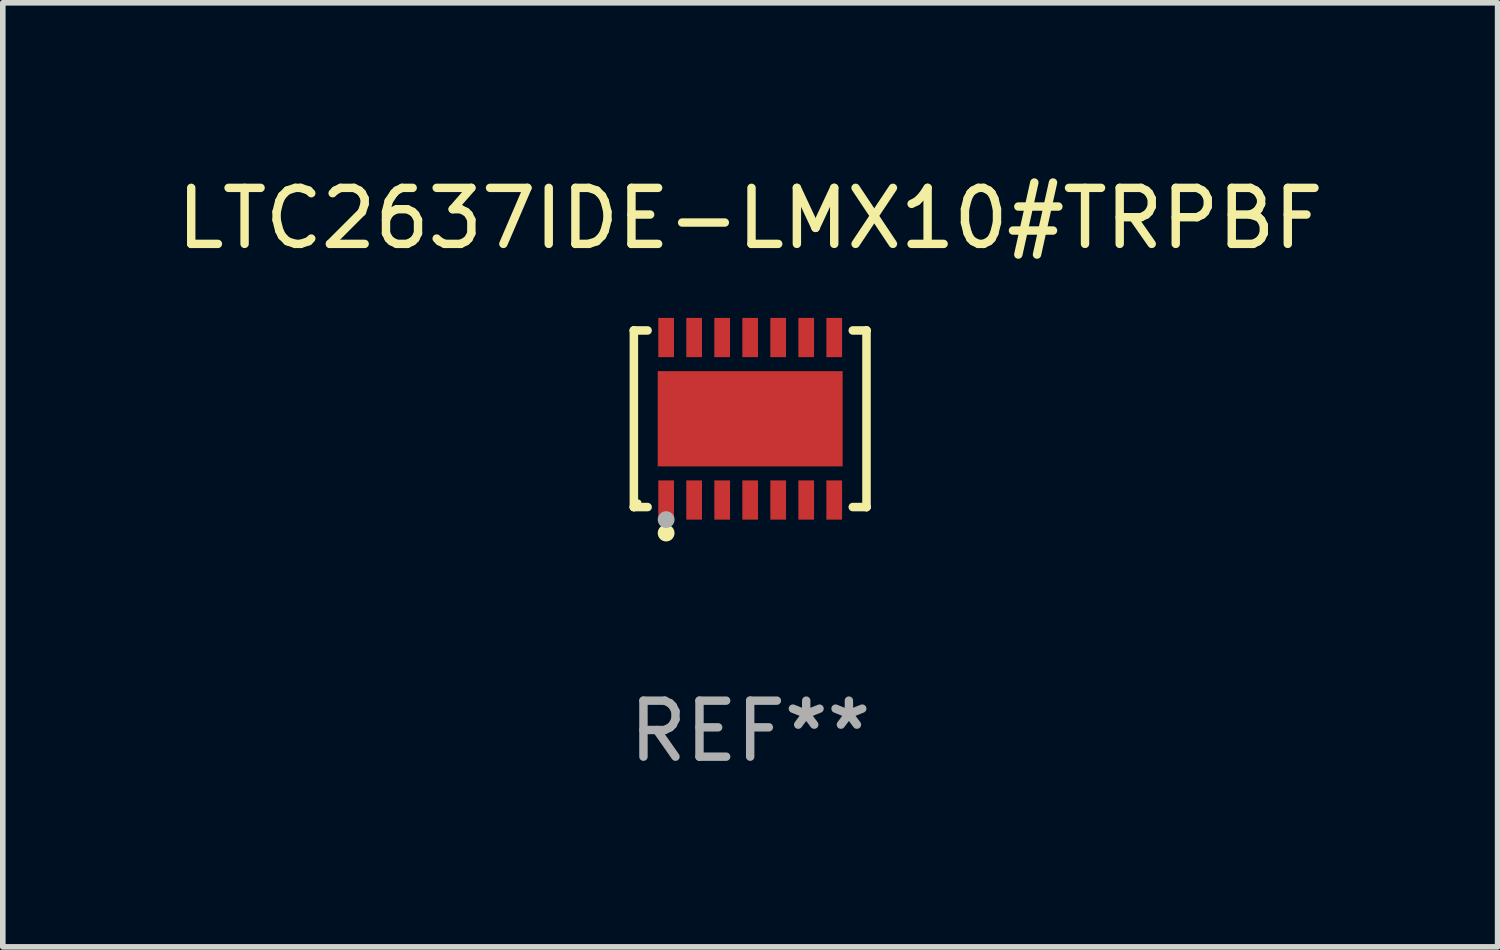
<source format=kicad_pcb>
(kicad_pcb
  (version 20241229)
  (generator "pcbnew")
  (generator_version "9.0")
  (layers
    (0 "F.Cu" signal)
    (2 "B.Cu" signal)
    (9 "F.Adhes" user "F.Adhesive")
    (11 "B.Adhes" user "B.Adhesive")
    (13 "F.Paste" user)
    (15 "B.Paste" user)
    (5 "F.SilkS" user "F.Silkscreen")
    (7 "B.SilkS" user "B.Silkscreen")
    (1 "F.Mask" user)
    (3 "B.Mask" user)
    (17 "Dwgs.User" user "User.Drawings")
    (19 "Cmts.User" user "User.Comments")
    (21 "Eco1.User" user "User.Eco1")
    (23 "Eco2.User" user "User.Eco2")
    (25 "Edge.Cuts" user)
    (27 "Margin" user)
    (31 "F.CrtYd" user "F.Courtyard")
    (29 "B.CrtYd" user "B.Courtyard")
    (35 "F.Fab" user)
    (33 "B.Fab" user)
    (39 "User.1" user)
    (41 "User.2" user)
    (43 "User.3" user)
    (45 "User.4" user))
  (footprint "LTC2637IDE-LMX10#TRPBF"
    (layer "F.Cu")
    (at 10.339 4.424)
    (property "Reference" "LTC2637IDE-LMX10#TRPBF" (at 0 -3.576 0) (layer "F.SilkS") (effects (font (size 1 1) (thickness 0.15))))
    (attr through_hole)
    (fp_line (start -2.076 -1.576) (end -2.076 -1.576) (stroke (width 0.152) (type solid)) (layer "F.SilkS"))
    (fp_line (start -2.076 -1.576) (end -1.831 -1.576) (stroke (width 0.152) (type solid)) (layer "F.SilkS"))
    (fp_line (start -2.076 1.576) (end -2.076 -1.576) (stroke (width 0.152) (type solid)) (layer "F.SilkS"))
    (fp_line (start -2.076 1.576) (end -2.076 1.576) (stroke (width 0.152) (type solid)) (layer "F.SilkS"))
    (fp_line (start -1.831 1.576) (end -2.076 1.576) (stroke (width 0.152) (type solid)) (layer "F.SilkS"))
    (fp_line (start 1.831 1.576) (end 2.076 1.576) (stroke (width 0.152) (type solid)) (layer "F.SilkS"))
    (fp_line (start 2.076 -1.576) (end 1.831 -1.576) (stroke (width 0.152) (type solid)) (layer "F.SilkS"))
    (fp_line (start 2.076 -1.576) (end 2.076 -1.576) (stroke (width 0.152) (type solid)) (layer "F.SilkS"))
    (fp_line (start 2.076 1.576) (end 2.076 -1.576) (stroke (width 0.152) (type solid)) (layer "F.SilkS"))
    (fp_line (start 2.076 1.576) (end 2.076 1.576) (stroke (width 0.152) (type solid)) (layer "F.SilkS"))
    (fp_circle (center -2 1.5) (end -1.97 1.5) (stroke (width 0.06) (type solid)) (fill no) (layer "F.SilkS"))
    (fp_circle (center -1.5 2.04) (end -1.425 2.04) (stroke (width 0.15) (type solid)) (fill no) (layer "F.SilkS"))
    (fp_circle (center -1.5 1.8) (end -1.425 1.8) (stroke (width 0.15) (type solid)) (fill no) (layer "F.Fab"))
    (fp_text user "REF**" (at 0 5.576 0) (layer "F.Fab") (effects (font (size 1 1) (thickness 0.15))))
    (pad "1" smd rect (at -1.5 1.45) (size 0.28 0.7) (layers "F.Cu" "F.Mask" "F.Paste"))
    (pad "2" smd rect (at -1 1.45) (size 0.28 0.7) (layers "F.Cu" "F.Mask" "F.Paste"))
    (pad "3" smd rect (at -0.5 1.45) (size 0.28 0.7) (layers "F.Cu" "F.Mask" "F.Paste"))
    (pad "4" smd rect (at 0 1.45) (size 0.28 0.7) (layers "F.Cu" "F.Mask" "F.Paste"))
    (pad "5" smd rect (at 0.5 1.45) (size 0.28 0.7) (layers "F.Cu" "F.Mask" "F.Paste"))
    (pad "6" smd rect (at 1 1.45) (size 0.28 0.7) (layers "F.Cu" "F.Mask" "F.Paste"))
    (pad "7" smd rect (at 1.5 1.45) (size 0.28 0.7) (layers "F.Cu" "F.Mask" "F.Paste"))
    (pad "8" smd rect (at 1.5 -1.45) (size 0.28 0.7) (layers "F.Cu" "F.Mask" "F.Paste"))
    (pad "9" smd rect (at 1 -1.45) (size 0.28 0.7) (layers "F.Cu" "F.Mask" "F.Paste"))
    (pad "10" smd rect (at 0.5 -1.45) (size 0.28 0.7) (layers "F.Cu" "F.Mask" "F.Paste"))
    (pad "11" smd rect (at 0 -1.45) (size 0.28 0.7) (layers "F.Cu" "F.Mask" "F.Paste"))
    (pad "12" smd rect (at -0.5 -1.45) (size 0.28 0.7) (layers "F.Cu" "F.Mask" "F.Paste"))
    (pad "13" smd rect (at -1 -1.45) (size 0.28 0.7) (layers "F.Cu" "F.Mask" "F.Paste"))
    (pad "14" smd rect (at -1.5 -1.45) (size 0.28 0.7) (layers "F.Cu" "F.Mask" "F.Paste"))
    (pad "15" smd rect (at 0 0) (size 3.3 1.7) (layers "F.Cu" "F.Mask" "F.Paste")))
  (gr_rect
    (start -3 -3)
    (end 23.679 13.849)
    (stroke (width 0.1) (type default))
    (fill no)
    (layer "Edge.Cuts")))
</source>
